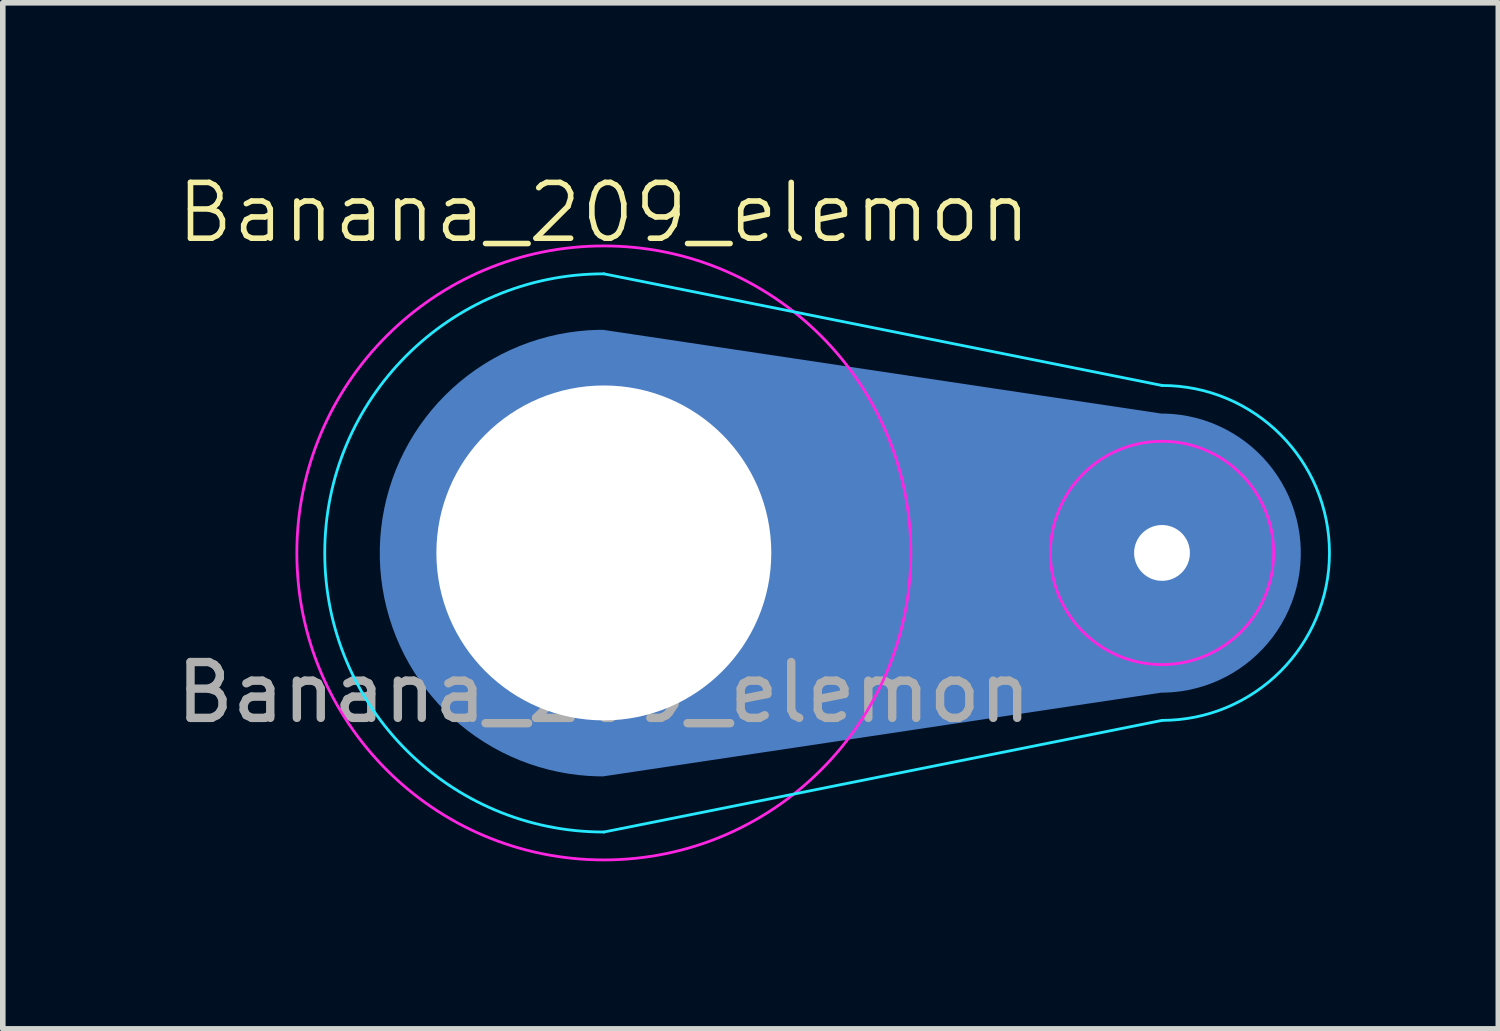
<source format=kicad_pcb>
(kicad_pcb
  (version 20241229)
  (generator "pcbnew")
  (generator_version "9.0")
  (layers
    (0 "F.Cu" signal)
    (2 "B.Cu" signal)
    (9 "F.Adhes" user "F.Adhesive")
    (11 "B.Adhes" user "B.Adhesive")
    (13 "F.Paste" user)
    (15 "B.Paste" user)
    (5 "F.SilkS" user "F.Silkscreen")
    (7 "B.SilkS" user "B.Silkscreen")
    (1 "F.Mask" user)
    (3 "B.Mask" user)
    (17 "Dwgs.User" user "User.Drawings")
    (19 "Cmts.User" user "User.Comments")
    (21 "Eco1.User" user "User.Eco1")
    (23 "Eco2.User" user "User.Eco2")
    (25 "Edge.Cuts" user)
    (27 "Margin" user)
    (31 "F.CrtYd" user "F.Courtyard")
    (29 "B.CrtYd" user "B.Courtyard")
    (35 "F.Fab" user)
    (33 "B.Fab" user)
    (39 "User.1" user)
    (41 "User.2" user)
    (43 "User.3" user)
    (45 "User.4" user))
  (footprint "Banana_209_elemon"
    (layer "F.Cu")
    (at 7.768 6.856)
    (property "Reference" "Banana_209_elemon" (at 0 -6.096 0) (unlocked yes) (layer "F.SilkS") (effects (font (size 1 1) (thickness 0.1))))
    (attr through_hole)
    (fp_poly (pts (arc (start -0.013958 -3.996906) (mid -4.013958 0.003094) (end -0.013958 4.003094)) (arc (start 9.986042 2.503094) (mid 12.486042 0.003094) (end 9.986042 -2.496906))) (stroke (width 0) (type solid)) (fill yes) (layer "B.Cu"))
    (fp_poly (pts (arc (start 0 -4) (mid -4 0) (end 0 4)) (arc (start 10 2.5) (mid 12.5 0) (end 10 -2.5))) (stroke (width 0) (type solid)) (fill yes) (layer "B.Mask"))
    (fp_line (start 0 5) (end 10 3) (stroke (width 0.05) (type default)) (layer "B.CrtYd"))
    (fp_line (start 10 -3) (end 0 -5) (stroke (width 0.05) (type default)) (layer "B.CrtYd"))
    (fp_arc (start 0 5) (mid -5 0) (end 0 -5) (stroke (width 0.05) (type default)) (layer "B.CrtYd"))
    (fp_arc (start 10 -3) (mid 13 0) (end 10 3) (stroke (width 0.05) (type default)) (layer "B.CrtYd"))
    (fp_circle (center 0 0) (end 5.5 0) (stroke (width 0.05) (type default)) (fill no) (layer "F.CrtYd"))
    (fp_circle (center 10 0) (end 10 -2) (stroke (width 0.05) (type default)) (fill no) (layer "F.CrtYd"))
    (fp_text user "${REFERENCE}" (at 0 2.5 0) (unlocked yes) (layer "F.Fab") (effects (font (size 1 1) (thickness 0.15))))
    (pad "" np_thru_hole circle (at 0 0) (size 6 6) (drill 6) (layers "*.Cu" "*.Mask"))
    (pad "1" thru_hole circle (at 10 0) (size 2 2) (drill 1) (layers "*.Cu" "*.Mask")))
  (gr_rect
    (start -3 -3)
    (end 23.793 15.382)
    (stroke (width 0.1) (type default))
    (fill no)
    (layer "Edge.Cuts")))
</source>
